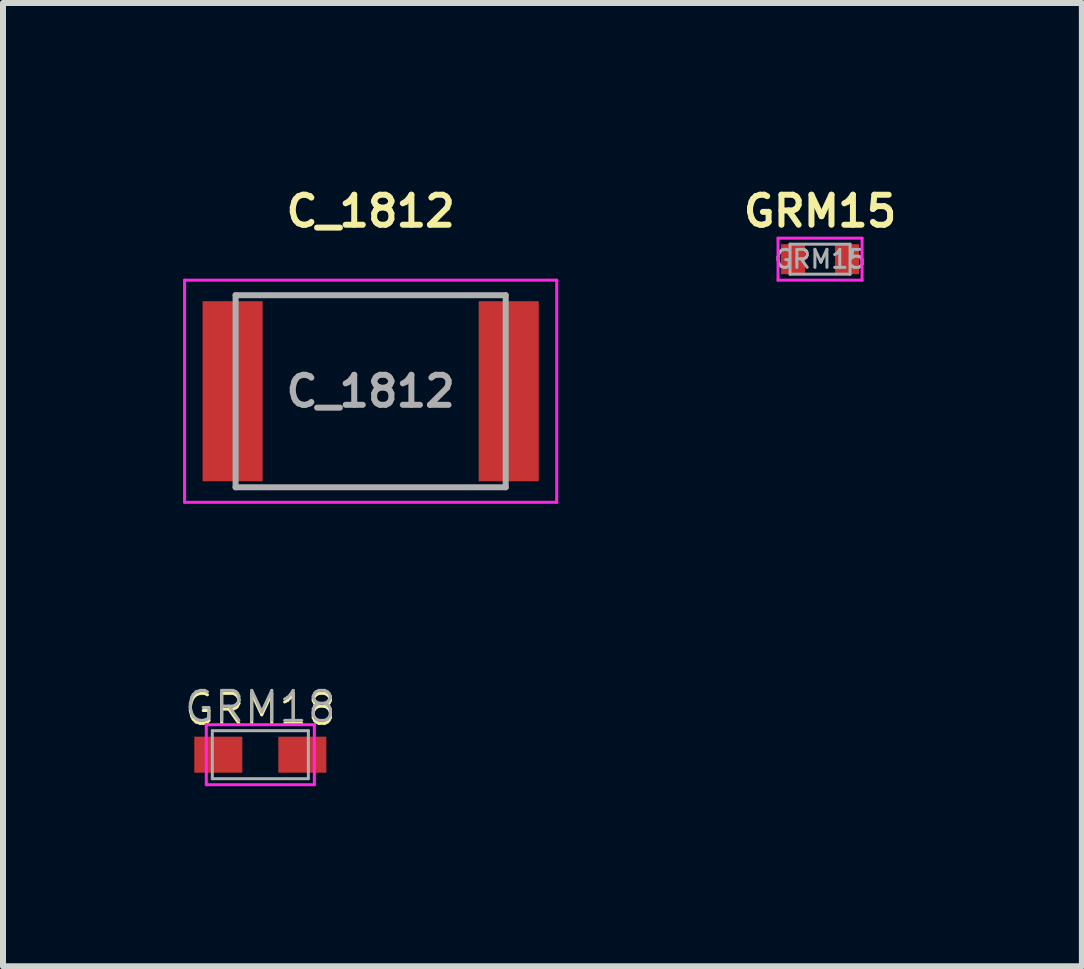
<source format=kicad_pcb>
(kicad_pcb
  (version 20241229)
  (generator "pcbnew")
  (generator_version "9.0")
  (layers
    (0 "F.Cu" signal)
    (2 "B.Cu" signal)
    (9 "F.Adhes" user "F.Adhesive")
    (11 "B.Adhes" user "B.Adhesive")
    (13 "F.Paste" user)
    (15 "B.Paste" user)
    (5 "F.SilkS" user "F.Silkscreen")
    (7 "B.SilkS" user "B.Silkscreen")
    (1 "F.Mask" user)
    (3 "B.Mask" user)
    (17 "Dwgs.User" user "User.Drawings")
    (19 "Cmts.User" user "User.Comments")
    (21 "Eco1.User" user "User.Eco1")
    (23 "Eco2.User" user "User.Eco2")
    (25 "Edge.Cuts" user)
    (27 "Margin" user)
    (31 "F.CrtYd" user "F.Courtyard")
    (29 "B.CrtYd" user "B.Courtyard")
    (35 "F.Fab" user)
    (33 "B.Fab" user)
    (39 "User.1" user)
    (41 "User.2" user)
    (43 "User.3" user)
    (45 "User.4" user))
  (footprint "C_1812"
    (layer "F.Cu")
    (at 3.125 3.468)
    (property "Reference" "C_1812" (at 0 -3 0) (layer "F.SilkS") (effects (font (size 0.5 0.5) (thickness 0.1))))
    (attr smd)
    (fp_line (start -3.1 -1.85) (end -3.1 1.85) (stroke (width 0.05) (type solid)) (layer "F.CrtYd"))
    (fp_line (start -3.1 -1.85) (end 3.1 -1.85) (stroke (width 0.05) (type solid)) (layer "F.CrtYd"))
    (fp_line (start -3.1 1.85) (end 3.1 1.85) (stroke (width 0.05) (type solid)) (layer "F.CrtYd"))
    (fp_line (start 3.1 -1.85) (end 3.1 1.85) (stroke (width 0.05) (type solid)) (layer "F.CrtYd"))
    (fp_line (start -2.25 -1.6) (end 2.25 -1.6) (stroke (width 0.1) (type solid)) (layer "F.Fab"))
    (fp_line (start -2.25 1.6) (end -2.25 -1.6) (stroke (width 0.1) (type solid)) (layer "F.Fab"))
    (fp_line (start 2.25 -1.6) (end 2.25 1.6) (stroke (width 0.1) (type solid)) (layer "F.Fab"))
    (fp_line (start 2.25 1.6) (end -2.25 1.6) (stroke (width 0.1) (type solid)) (layer "F.Fab"))
    (fp_text user "${REFERENCE}" (at 0 0 0) (layer "F.Fab") (effects (font (size 0.5 0.5) (thickness 0.1))))
    (pad "1" smd rect (at -2.3 0) (size 1 3) (layers "F.Cu" "F.Mask" "F.Paste"))
    (pad "2" smd rect (at 2.3 0) (size 1 3) (layers "F.Cu" "F.Mask" "F.Paste")))
  (footprint "GRM15"
    (layer "F.Cu")
    (at 10.612 1.268)
    (property "Reference" "GRM15" (at 0 -0.8 0) (layer "F.SilkS") (effects (font (size 0.5 0.5) (thickness 0.1))))
    (attr smd)
    (fp_line (start -0.7 -0.35) (end -0.7 0.35) (stroke (width 0.05) (type solid)) (layer "F.CrtYd"))
    (fp_line (start -0.7 -0.35) (end 0.7 -0.35) (stroke (width 0.05) (type solid)) (layer "F.CrtYd"))
    (fp_line (start -0.7 0.35) (end 0.7 0.35) (stroke (width 0.05) (type solid)) (layer "F.CrtYd"))
    (fp_line (start 0.7 -0.35) (end 0.7 0.35) (stroke (width 0.05) (type solid)) (layer "F.CrtYd"))
    (fp_line (start -0.5 -0.25) (end 0.5 -0.25) (stroke (width 0.05) (type solid)) (layer "F.Fab"))
    (fp_line (start -0.5 0.25) (end -0.5 -0.25) (stroke (width 0.05) (type solid)) (layer "F.Fab"))
    (fp_line (start 0.5 -0.25) (end 0.5 0.25) (stroke (width 0.05) (type solid)) (layer "F.Fab"))
    (fp_line (start 0.5 0.25) (end -0.5 0.25) (stroke (width 0.05) (type solid)) (layer "F.Fab"))
    (fp_text user "${REFERENCE}" (at 0 0 0) (layer "F.Fab") (effects (font (size 0.3 0.3) (thickness 0.05))))
    (pad "1" smd rect (at -0.45 0) (size 0.4 0.5) (layers "F.Cu" "F.Mask" "F.Paste"))
    (pad "2" smd rect (at 0.45 0) (size 0.4 0.5) (layers "F.Cu" "F.Mask" "F.Paste")))
  (footprint "GRM18"
    (layer "F.Cu")
    (at 1.287 9.523)
    (property "Reference" "GRM18" (at 0 -0.75 0) (layer "F.SilkS") (effects (font (size 0.5 0.5) (thickness 0.05))))
    (attr smd)
    (fp_line (start -0.9 -0.5) (end -0.9 0.5) (stroke (width 0.05) (type solid)) (layer "F.CrtYd"))
    (fp_line (start -0.9 -0.5) (end 0.9 -0.5) (stroke (width 0.05) (type solid)) (layer "F.CrtYd"))
    (fp_line (start -0.9 0.5) (end 0.9 0.5) (stroke (width 0.05) (type solid)) (layer "F.CrtYd"))
    (fp_line (start 0.9 -0.5) (end 0.9 0.5) (stroke (width 0.05) (type solid)) (layer "F.CrtYd"))
    (fp_line (start -0.8 -0.4) (end 0.8 -0.4) (stroke (width 0.05) (type solid)) (layer "F.Fab"))
    (fp_line (start -0.8 0.4) (end -0.8 -0.4) (stroke (width 0.05) (type solid)) (layer "F.Fab"))
    (fp_line (start 0.8 -0.4) (end 0.8 0.4) (stroke (width 0.05) (type solid)) (layer "F.Fab"))
    (fp_line (start 0.8 0.4) (end -0.8 0.4) (stroke (width 0.05) (type solid)) (layer "F.Fab"))
    (fp_text user "${REFERENCE}" (at 0 -0.8 0) (layer "F.Fab") (effects (font (size 0.5 0.5) (thickness 0.05))))
    (pad "1" smd rect (at -0.7 0) (size 0.8 0.6) (layers "F.Cu" "F.Mask" "F.Paste"))
    (pad "2" smd rect (at 0.7 0) (size 0.8 0.6) (layers "F.Cu" "F.Mask" "F.Paste")))
  (gr_rect
    (start -3 -3)
    (end 14.974 13.048)
    (stroke (width 0.1) (type default))
    (fill no)
    (layer "Edge.Cuts")))
</source>
